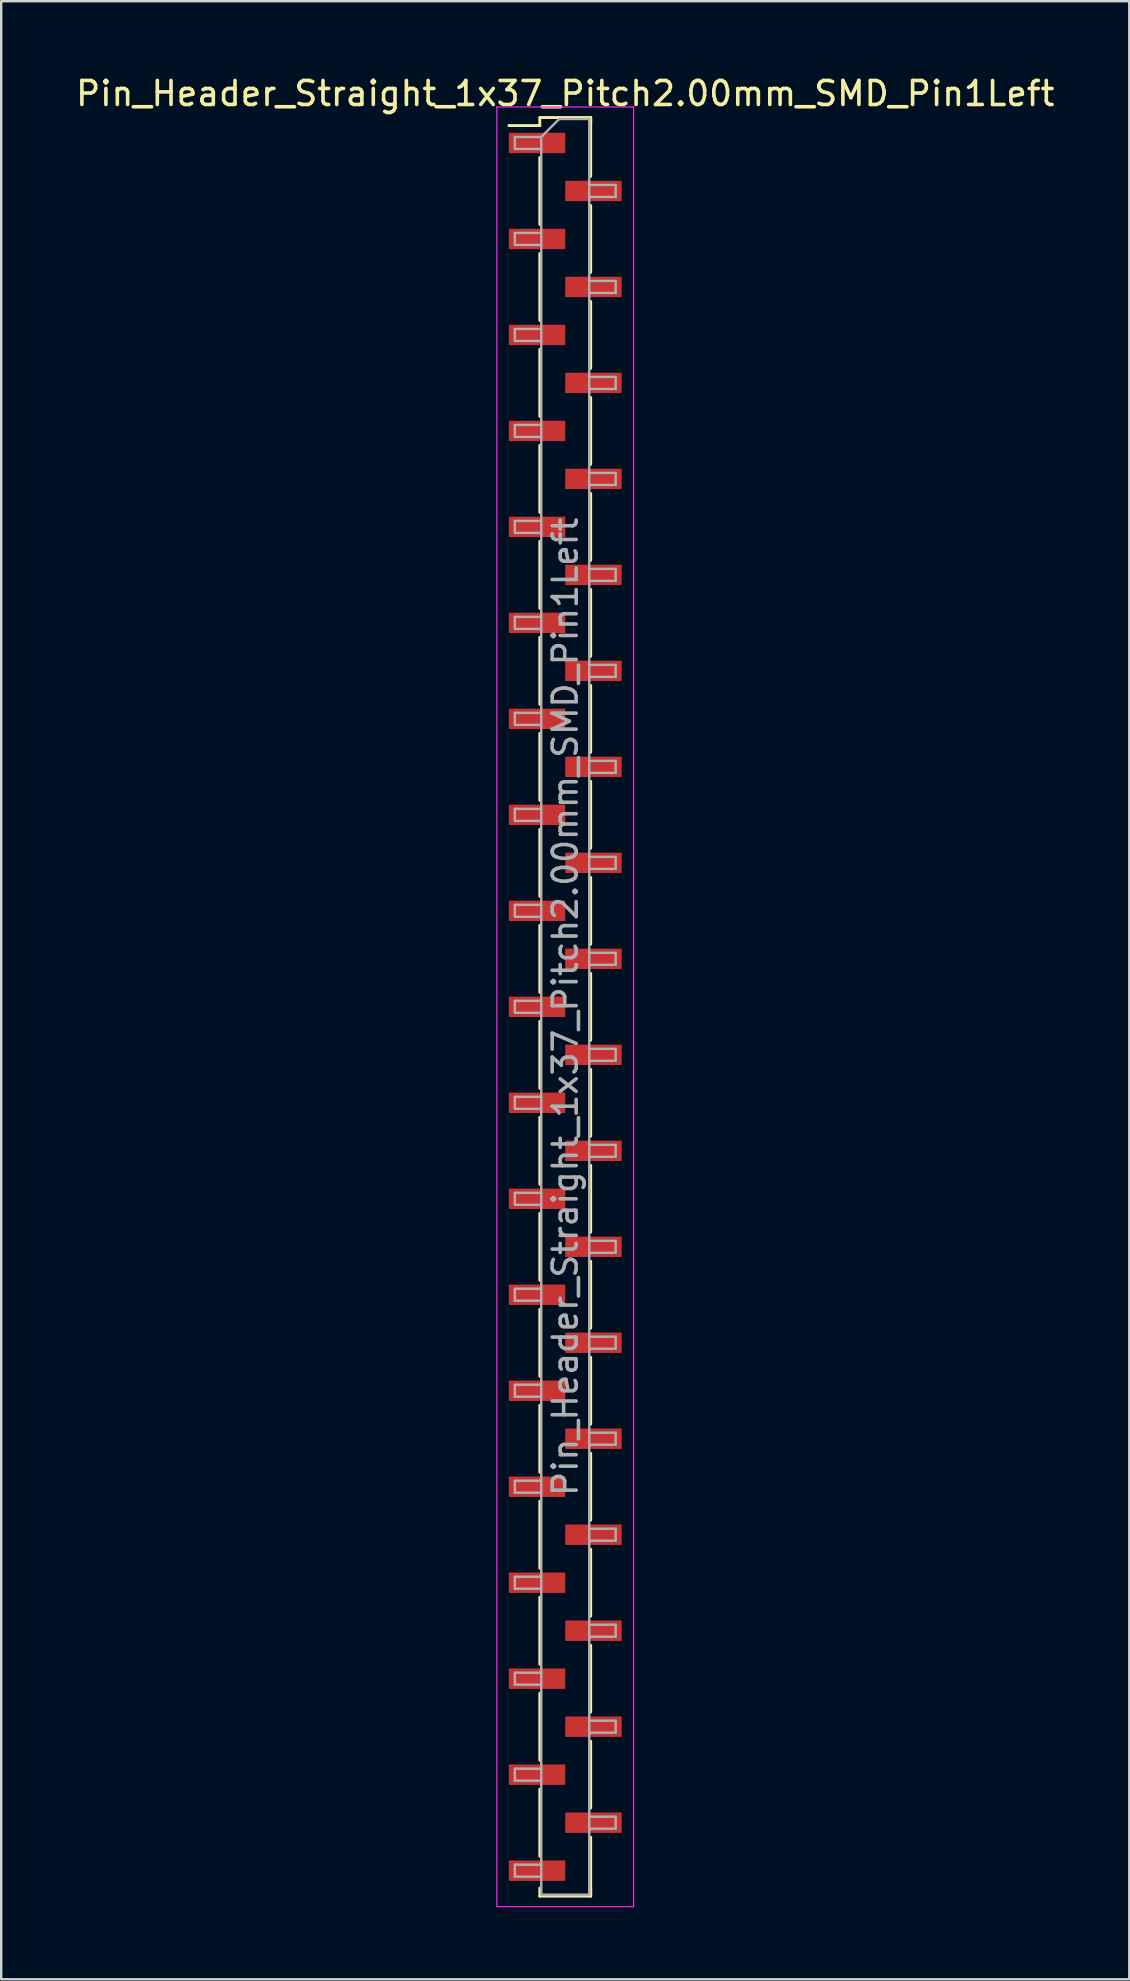
<source format=kicad_pcb>
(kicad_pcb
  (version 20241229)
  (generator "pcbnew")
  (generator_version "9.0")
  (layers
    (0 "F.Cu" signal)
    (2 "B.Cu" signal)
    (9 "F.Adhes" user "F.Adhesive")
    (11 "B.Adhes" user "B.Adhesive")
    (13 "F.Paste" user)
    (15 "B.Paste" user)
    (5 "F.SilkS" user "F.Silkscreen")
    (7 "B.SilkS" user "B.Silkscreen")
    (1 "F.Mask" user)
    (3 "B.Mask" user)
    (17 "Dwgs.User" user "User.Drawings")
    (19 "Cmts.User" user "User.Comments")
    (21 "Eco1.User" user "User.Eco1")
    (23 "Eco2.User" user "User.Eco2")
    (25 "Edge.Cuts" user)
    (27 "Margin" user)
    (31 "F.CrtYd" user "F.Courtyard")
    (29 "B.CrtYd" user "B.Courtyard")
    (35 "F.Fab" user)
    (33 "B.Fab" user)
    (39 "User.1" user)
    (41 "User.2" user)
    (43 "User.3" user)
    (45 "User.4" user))
  (footprint "Pin_Header_Straight_1x37_Pitch2.00mm_SMD_Pin1Left"
    (layer "F.Cu")
    (at 20.506 38.908)
    (property "Reference" "Pin_Header_Straight_1x37_Pitch2.00mm_SMD_Pin1Left" (at 0 -38.06 0) (layer "F.SilkS") (effects (font (size 1 1) (thickness 0.15))))
    (attr smd)
    (fp_line (start -1.06 -37.06) (end 1.06 -37.06) (stroke (width 0.12) (type solid)) (layer "F.SilkS"))
    (fp_line (start -1.06 -36.725) (end -2.35 -36.725) (stroke (width 0.12) (type solid)) (layer "F.SilkS"))
    (fp_line (start -1.06 -36.725) (end -1.06 -37.06) (stroke (width 0.12) (type solid)) (layer "F.SilkS"))
    (fp_line (start -1.06 -35.395) (end -1.06 -32.605) (stroke (width 0.12) (type solid)) (layer "F.SilkS"))
    (fp_line (start -1.06 -31.395) (end -1.06 -28.605) (stroke (width 0.12) (type solid)) (layer "F.SilkS"))
    (fp_line (start -1.06 -27.395) (end -1.06 -24.605) (stroke (width 0.12) (type solid)) (layer "F.SilkS"))
    (fp_line (start -1.06 -23.395) (end -1.06 -20.605) (stroke (width 0.12) (type solid)) (layer "F.SilkS"))
    (fp_line (start -1.06 -19.395) (end -1.06 -16.605) (stroke (width 0.12) (type solid)) (layer "F.SilkS"))
    (fp_line (start -1.06 -15.395) (end -1.06 -12.605) (stroke (width 0.12) (type solid)) (layer "F.SilkS"))
    (fp_line (start -1.06 -11.395) (end -1.06 -8.605) (stroke (width 0.12) (type solid)) (layer "F.SilkS"))
    (fp_line (start -1.06 -7.395) (end -1.06 -4.605) (stroke (width 0.12) (type solid)) (layer "F.SilkS"))
    (fp_line (start -1.06 -3.395) (end -1.06 -0.605) (stroke (width 0.12) (type solid)) (layer "F.SilkS"))
    (fp_line (start -1.06 0.605) (end -1.06 3.395) (stroke (width 0.12) (type solid)) (layer "F.SilkS"))
    (fp_line (start -1.06 4.605) (end -1.06 7.395) (stroke (width 0.12) (type solid)) (layer "F.SilkS"))
    (fp_line (start -1.06 8.605) (end -1.06 11.395) (stroke (width 0.12) (type solid)) (layer "F.SilkS"))
    (fp_line (start -1.06 12.605) (end -1.06 15.395) (stroke (width 0.12) (type solid)) (layer "F.SilkS"))
    (fp_line (start -1.06 16.605) (end -1.06 19.395) (stroke (width 0.12) (type solid)) (layer "F.SilkS"))
    (fp_line (start -1.06 20.605) (end -1.06 23.395) (stroke (width 0.12) (type solid)) (layer "F.SilkS"))
    (fp_line (start -1.06 24.605) (end -1.06 27.395) (stroke (width 0.12) (type solid)) (layer "F.SilkS"))
    (fp_line (start -1.06 28.605) (end -1.06 31.395) (stroke (width 0.12) (type solid)) (layer "F.SilkS"))
    (fp_line (start -1.06 32.605) (end -1.06 35.395) (stroke (width 0.12) (type solid)) (layer "F.SilkS"))
    (fp_line (start -1.06 36.725) (end -1.06 37.06) (stroke (width 0.12) (type solid)) (layer "F.SilkS"))
    (fp_line (start -1.06 37.06) (end 1.06 37.06) (stroke (width 0.12) (type solid)) (layer "F.SilkS"))
    (fp_line (start 1.06 -37.06) (end 1.06 -36.725) (stroke (width 0.12) (type solid)) (layer "F.SilkS"))
    (fp_line (start 1.06 -37.06) (end 1.06 -34.605) (stroke (width 0.12) (type solid)) (layer "F.SilkS"))
    (fp_line (start 1.06 -33.395) (end 1.06 -30.605) (stroke (width 0.12) (type solid)) (layer "F.SilkS"))
    (fp_line (start 1.06 -29.395) (end 1.06 -26.605) (stroke (width 0.12) (type solid)) (layer "F.SilkS"))
    (fp_line (start 1.06 -25.395) (end 1.06 -22.605) (stroke (width 0.12) (type solid)) (layer "F.SilkS"))
    (fp_line (start 1.06 -21.395) (end 1.06 -18.605) (stroke (width 0.12) (type solid)) (layer "F.SilkS"))
    (fp_line (start 1.06 -17.395) (end 1.06 -14.605) (stroke (width 0.12) (type solid)) (layer "F.SilkS"))
    (fp_line (start 1.06 -13.395) (end 1.06 -10.605) (stroke (width 0.12) (type solid)) (layer "F.SilkS"))
    (fp_line (start 1.06 -9.395) (end 1.06 -6.605) (stroke (width 0.12) (type solid)) (layer "F.SilkS"))
    (fp_line (start 1.06 -5.395) (end 1.06 -2.605) (stroke (width 0.12) (type solid)) (layer "F.SilkS"))
    (fp_line (start 1.06 -1.395) (end 1.06 1.395) (stroke (width 0.12) (type solid)) (layer "F.SilkS"))
    (fp_line (start 1.06 2.605) (end 1.06 5.395) (stroke (width 0.12) (type solid)) (layer "F.SilkS"))
    (fp_line (start 1.06 6.605) (end 1.06 9.395) (stroke (width 0.12) (type solid)) (layer "F.SilkS"))
    (fp_line (start 1.06 10.605) (end 1.06 13.395) (stroke (width 0.12) (type solid)) (layer "F.SilkS"))
    (fp_line (start 1.06 14.605) (end 1.06 17.395) (stroke (width 0.12) (type solid)) (layer "F.SilkS"))
    (fp_line (start 1.06 18.605) (end 1.06 21.395) (stroke (width 0.12) (type solid)) (layer "F.SilkS"))
    (fp_line (start 1.06 22.605) (end 1.06 25.395) (stroke (width 0.12) (type solid)) (layer "F.SilkS"))
    (fp_line (start 1.06 26.605) (end 1.06 29.395) (stroke (width 0.12) (type solid)) (layer "F.SilkS"))
    (fp_line (start 1.06 30.605) (end 1.06 33.395) (stroke (width 0.12) (type solid)) (layer "F.SilkS"))
    (fp_line (start 1.06 34.605) (end 1.06 37.06) (stroke (width 0.12) (type solid)) (layer "F.SilkS"))
    (fp_line (start 1.06 37.06) (end 1.06 36.725) (stroke (width 0.12) (type solid)) (layer "F.SilkS"))
    (fp_line (start -2.85 -37.5) (end -2.85 37.5) (stroke (width 0.05) (type solid)) (layer "F.CrtYd"))
    (fp_line (start -2.85 37.5) (end 2.85 37.5) (stroke (width 0.05) (type solid)) (layer "F.CrtYd"))
    (fp_line (start 2.85 -37.5) (end -2.85 -37.5) (stroke (width 0.05) (type solid)) (layer "F.CrtYd"))
    (fp_line (start 2.85 37.5) (end 2.85 -37.5) (stroke (width 0.05) (type solid)) (layer "F.CrtYd"))
    (fp_line (start -2.1 -36.25) (end -2.1 -35.75) (stroke (width 0.1) (type solid)) (layer "F.Fab"))
    (fp_line (start -2.1 -35.75) (end -1 -35.75) (stroke (width 0.1) (type solid)) (layer "F.Fab"))
    (fp_line (start -2.1 -32.25) (end -2.1 -31.75) (stroke (width 0.1) (type solid)) (layer "F.Fab"))
    (fp_line (start -2.1 -31.75) (end -1 -31.75) (stroke (width 0.1) (type solid)) (layer "F.Fab"))
    (fp_line (start -2.1 -28.25) (end -2.1 -27.75) (stroke (width 0.1) (type solid)) (layer "F.Fab"))
    (fp_line (start -2.1 -27.75) (end -1 -27.75) (stroke (width 0.1) (type solid)) (layer "F.Fab"))
    (fp_line (start -2.1 -24.25) (end -2.1 -23.75) (stroke (width 0.1) (type solid)) (layer "F.Fab"))
    (fp_line (start -2.1 -23.75) (end -1 -23.75) (stroke (width 0.1) (type solid)) (layer "F.Fab"))
    (fp_line (start -2.1 -20.25) (end -2.1 -19.75) (stroke (width 0.1) (type solid)) (layer "F.Fab"))
    (fp_line (start -2.1 -19.75) (end -1 -19.75) (stroke (width 0.1) (type solid)) (layer "F.Fab"))
    (fp_line (start -2.1 -16.25) (end -2.1 -15.75) (stroke (width 0.1) (type solid)) (layer "F.Fab"))
    (fp_line (start -2.1 -15.75) (end -1 -15.75) (stroke (width 0.1) (type solid)) (layer "F.Fab"))
    (fp_line (start -2.1 -12.25) (end -2.1 -11.75) (stroke (width 0.1) (type solid)) (layer "F.Fab"))
    (fp_line (start -2.1 -11.75) (end -1 -11.75) (stroke (width 0.1) (type solid)) (layer "F.Fab"))
    (fp_line (start -2.1 -8.25) (end -2.1 -7.75) (stroke (width 0.1) (type solid)) (layer "F.Fab"))
    (fp_line (start -2.1 -7.75) (end -1 -7.75) (stroke (width 0.1) (type solid)) (layer "F.Fab"))
    (fp_line (start -2.1 -4.25) (end -2.1 -3.75) (stroke (width 0.1) (type solid)) (layer "F.Fab"))
    (fp_line (start -2.1 -3.75) (end -1 -3.75) (stroke (width 0.1) (type solid)) (layer "F.Fab"))
    (fp_line (start -2.1 -0.25) (end -2.1 0.25) (stroke (width 0.1) (type solid)) (layer "F.Fab"))
    (fp_line (start -2.1 0.25) (end -1 0.25) (stroke (width 0.1) (type solid)) (layer "F.Fab"))
    (fp_line (start -2.1 3.75) (end -2.1 4.25) (stroke (width 0.1) (type solid)) (layer "F.Fab"))
    (fp_line (start -2.1 4.25) (end -1 4.25) (stroke (width 0.1) (type solid)) (layer "F.Fab"))
    (fp_line (start -2.1 7.75) (end -2.1 8.25) (stroke (width 0.1) (type solid)) (layer "F.Fab"))
    (fp_line (start -2.1 8.25) (end -1 8.25) (stroke (width 0.1) (type solid)) (layer "F.Fab"))
    (fp_line (start -2.1 11.75) (end -2.1 12.25) (stroke (width 0.1) (type solid)) (layer "F.Fab"))
    (fp_line (start -2.1 12.25) (end -1 12.25) (stroke (width 0.1) (type solid)) (layer "F.Fab"))
    (fp_line (start -2.1 15.75) (end -2.1 16.25) (stroke (width 0.1) (type solid)) (layer "F.Fab"))
    (fp_line (start -2.1 16.25) (end -1 16.25) (stroke (width 0.1) (type solid)) (layer "F.Fab"))
    (fp_line (start -2.1 19.75) (end -2.1 20.25) (stroke (width 0.1) (type solid)) (layer "F.Fab"))
    (fp_line (start -2.1 20.25) (end -1 20.25) (stroke (width 0.1) (type solid)) (layer "F.Fab"))
    (fp_line (start -2.1 23.75) (end -2.1 24.25) (stroke (width 0.1) (type solid)) (layer "F.Fab"))
    (fp_line (start -2.1 24.25) (end -1 24.25) (stroke (width 0.1) (type solid)) (layer "F.Fab"))
    (fp_line (start -2.1 27.75) (end -2.1 28.25) (stroke (width 0.1) (type solid)) (layer "F.Fab"))
    (fp_line (start -2.1 28.25) (end -1 28.25) (stroke (width 0.1) (type solid)) (layer "F.Fab"))
    (fp_line (start -2.1 31.75) (end -2.1 32.25) (stroke (width 0.1) (type solid)) (layer "F.Fab"))
    (fp_line (start -2.1 32.25) (end -1 32.25) (stroke (width 0.1) (type solid)) (layer "F.Fab"))
    (fp_line (start -2.1 35.75) (end -2.1 36.25) (stroke (width 0.1) (type solid)) (layer "F.Fab"))
    (fp_line (start -2.1 36.25) (end -1 36.25) (stroke (width 0.1) (type solid)) (layer "F.Fab"))
    (fp_line (start -1 -36.25) (end -2.1 -36.25) (stroke (width 0.1) (type solid)) (layer "F.Fab"))
    (fp_line (start -1 -36.25) (end -0.25 -37) (stroke (width 0.1) (type solid)) (layer "F.Fab"))
    (fp_line (start -1 -32.25) (end -2.1 -32.25) (stroke (width 0.1) (type solid)) (layer "F.Fab"))
    (fp_line (start -1 -28.25) (end -2.1 -28.25) (stroke (width 0.1) (type solid)) (layer "F.Fab"))
    (fp_line (start -1 -24.25) (end -2.1 -24.25) (stroke (width 0.1) (type solid)) (layer "F.Fab"))
    (fp_line (start -1 -20.25) (end -2.1 -20.25) (stroke (width 0.1) (type solid)) (layer "F.Fab"))
    (fp_line (start -1 -16.25) (end -2.1 -16.25) (stroke (width 0.1) (type solid)) (layer "F.Fab"))
    (fp_line (start -1 -12.25) (end -2.1 -12.25) (stroke (width 0.1) (type solid)) (layer "F.Fab"))
    (fp_line (start -1 -8.25) (end -2.1 -8.25) (stroke (width 0.1) (type solid)) (layer "F.Fab"))
    (fp_line (start -1 -4.25) (end -2.1 -4.25) (stroke (width 0.1) (type solid)) (layer "F.Fab"))
    (fp_line (start -1 -0.25) (end -2.1 -0.25) (stroke (width 0.1) (type solid)) (layer "F.Fab"))
    (fp_line (start -1 3.75) (end -2.1 3.75) (stroke (width 0.1) (type solid)) (layer "F.Fab"))
    (fp_line (start -1 7.75) (end -2.1 7.75) (stroke (width 0.1) (type solid)) (layer "F.Fab"))
    (fp_line (start -1 11.75) (end -2.1 11.75) (stroke (width 0.1) (type solid)) (layer "F.Fab"))
    (fp_line (start -1 15.75) (end -2.1 15.75) (stroke (width 0.1) (type solid)) (layer "F.Fab"))
    (fp_line (start -1 19.75) (end -2.1 19.75) (stroke (width 0.1) (type solid)) (layer "F.Fab"))
    (fp_line (start -1 23.75) (end -2.1 23.75) (stroke (width 0.1) (type solid)) (layer "F.Fab"))
    (fp_line (start -1 27.75) (end -2.1 27.75) (stroke (width 0.1) (type solid)) (layer "F.Fab"))
    (fp_line (start -1 31.75) (end -2.1 31.75) (stroke (width 0.1) (type solid)) (layer "F.Fab"))
    (fp_line (start -1 35.75) (end -2.1 35.75) (stroke (width 0.1) (type solid)) (layer "F.Fab"))
    (fp_line (start -1 37) (end -1 -36.25) (stroke (width 0.1) (type solid)) (layer "F.Fab"))
    (fp_line (start -0.25 -37) (end 1 -37) (stroke (width 0.1) (type solid)) (layer "F.Fab"))
    (fp_line (start 1 -37) (end 1 37) (stroke (width 0.1) (type solid)) (layer "F.Fab"))
    (fp_line (start 1 -34.25) (end 2.1 -34.25) (stroke (width 0.1) (type solid)) (layer "F.Fab"))
    (fp_line (start 1 -30.25) (end 2.1 -30.25) (stroke (width 0.1) (type solid)) (layer "F.Fab"))
    (fp_line (start 1 -26.25) (end 2.1 -26.25) (stroke (width 0.1) (type solid)) (layer "F.Fab"))
    (fp_line (start 1 -22.25) (end 2.1 -22.25) (stroke (width 0.1) (type solid)) (layer "F.Fab"))
    (fp_line (start 1 -18.25) (end 2.1 -18.25) (stroke (width 0.1) (type solid)) (layer "F.Fab"))
    (fp_line (start 1 -14.25) (end 2.1 -14.25) (stroke (width 0.1) (type solid)) (layer "F.Fab"))
    (fp_line (start 1 -10.25) (end 2.1 -10.25) (stroke (width 0.1) (type solid)) (layer "F.Fab"))
    (fp_line (start 1 -6.25) (end 2.1 -6.25) (stroke (width 0.1) (type solid)) (layer "F.Fab"))
    (fp_line (start 1 -2.25) (end 2.1 -2.25) (stroke (width 0.1) (type solid)) (layer "F.Fab"))
    (fp_line (start 1 1.75) (end 2.1 1.75) (stroke (width 0.1) (type solid)) (layer "F.Fab"))
    (fp_line (start 1 5.75) (end 2.1 5.75) (stroke (width 0.1) (type solid)) (layer "F.Fab"))
    (fp_line (start 1 9.75) (end 2.1 9.75) (stroke (width 0.1) (type solid)) (layer "F.Fab"))
    (fp_line (start 1 13.75) (end 2.1 13.75) (stroke (width 0.1) (type solid)) (layer "F.Fab"))
    (fp_line (start 1 17.75) (end 2.1 17.75) (stroke (width 0.1) (type solid)) (layer "F.Fab"))
    (fp_line (start 1 21.75) (end 2.1 21.75) (stroke (width 0.1) (type solid)) (layer "F.Fab"))
    (fp_line (start 1 25.75) (end 2.1 25.75) (stroke (width 0.1) (type solid)) (layer "F.Fab"))
    (fp_line (start 1 29.75) (end 2.1 29.75) (stroke (width 0.1) (type solid)) (layer "F.Fab"))
    (fp_line (start 1 33.75) (end 2.1 33.75) (stroke (width 0.1) (type solid)) (layer "F.Fab"))
    (fp_line (start 1 37) (end -1 37) (stroke (width 0.1) (type solid)) (layer "F.Fab"))
    (fp_line (start 2.1 -34.25) (end 2.1 -33.75) (stroke (width 0.1) (type solid)) (layer "F.Fab"))
    (fp_line (start 2.1 -33.75) (end 1 -33.75) (stroke (width 0.1) (type solid)) (layer "F.Fab"))
    (fp_line (start 2.1 -30.25) (end 2.1 -29.75) (stroke (width 0.1) (type solid)) (layer "F.Fab"))
    (fp_line (start 2.1 -29.75) (end 1 -29.75) (stroke (width 0.1) (type solid)) (layer "F.Fab"))
    (fp_line (start 2.1 -26.25) (end 2.1 -25.75) (stroke (width 0.1) (type solid)) (layer "F.Fab"))
    (fp_line (start 2.1 -25.75) (end 1 -25.75) (stroke (width 0.1) (type solid)) (layer "F.Fab"))
    (fp_line (start 2.1 -22.25) (end 2.1 -21.75) (stroke (width 0.1) (type solid)) (layer "F.Fab"))
    (fp_line (start 2.1 -21.75) (end 1 -21.75) (stroke (width 0.1) (type solid)) (layer "F.Fab"))
    (fp_line (start 2.1 -18.25) (end 2.1 -17.75) (stroke (width 0.1) (type solid)) (layer "F.Fab"))
    (fp_line (start 2.1 -17.75) (end 1 -17.75) (stroke (width 0.1) (type solid)) (layer "F.Fab"))
    (fp_line (start 2.1 -14.25) (end 2.1 -13.75) (stroke (width 0.1) (type solid)) (layer "F.Fab"))
    (fp_line (start 2.1 -13.75) (end 1 -13.75) (stroke (width 0.1) (type solid)) (layer "F.Fab"))
    (fp_line (start 2.1 -10.25) (end 2.1 -9.75) (stroke (width 0.1) (type solid)) (layer "F.Fab"))
    (fp_line (start 2.1 -9.75) (end 1 -9.75) (stroke (width 0.1) (type solid)) (layer "F.Fab"))
    (fp_line (start 2.1 -6.25) (end 2.1 -5.75) (stroke (width 0.1) (type solid)) (layer "F.Fab"))
    (fp_line (start 2.1 -5.75) (end 1 -5.75) (stroke (width 0.1) (type solid)) (layer "F.Fab"))
    (fp_line (start 2.1 -2.25) (end 2.1 -1.75) (stroke (width 0.1) (type solid)) (layer "F.Fab"))
    (fp_line (start 2.1 -1.75) (end 1 -1.75) (stroke (width 0.1) (type solid)) (layer "F.Fab"))
    (fp_line (start 2.1 1.75) (end 2.1 2.25) (stroke (width 0.1) (type solid)) (layer "F.Fab"))
    (fp_line (start 2.1 2.25) (end 1 2.25) (stroke (width 0.1) (type solid)) (layer "F.Fab"))
    (fp_line (start 2.1 5.75) (end 2.1 6.25) (stroke (width 0.1) (type solid)) (layer "F.Fab"))
    (fp_line (start 2.1 6.25) (end 1 6.25) (stroke (width 0.1) (type solid)) (layer "F.Fab"))
    (fp_line (start 2.1 9.75) (end 2.1 10.25) (stroke (width 0.1) (type solid)) (layer "F.Fab"))
    (fp_line (start 2.1 10.25) (end 1 10.25) (stroke (width 0.1) (type solid)) (layer "F.Fab"))
    (fp_line (start 2.1 13.75) (end 2.1 14.25) (stroke (width 0.1) (type solid)) (layer "F.Fab"))
    (fp_line (start 2.1 14.25) (end 1 14.25) (stroke (width 0.1) (type solid)) (layer "F.Fab"))
    (fp_line (start 2.1 17.75) (end 2.1 18.25) (stroke (width 0.1) (type solid)) (layer "F.Fab"))
    (fp_line (start 2.1 18.25) (end 1 18.25) (stroke (width 0.1) (type solid)) (layer "F.Fab"))
    (fp_line (start 2.1 21.75) (end 2.1 22.25) (stroke (width 0.1) (type solid)) (layer "F.Fab"))
    (fp_line (start 2.1 22.25) (end 1 22.25) (stroke (width 0.1) (type solid)) (layer "F.Fab"))
    (fp_line (start 2.1 25.75) (end 2.1 26.25) (stroke (width 0.1) (type solid)) (layer "F.Fab"))
    (fp_line (start 2.1 26.25) (end 1 26.25) (stroke (width 0.1) (type solid)) (layer "F.Fab"))
    (fp_line (start 2.1 29.75) (end 2.1 30.25) (stroke (width 0.1) (type solid)) (layer "F.Fab"))
    (fp_line (start 2.1 30.25) (end 1 30.25) (stroke (width 0.1) (type solid)) (layer "F.Fab"))
    (fp_line (start 2.1 33.75) (end 2.1 34.25) (stroke (width 0.1) (type solid)) (layer "F.Fab"))
    (fp_line (start 2.1 34.25) (end 1 34.25) (stroke (width 0.1) (type solid)) (layer "F.Fab"))
    (fp_text user "${REFERENCE}" (at 0 0 90) (layer "F.Fab") (effects (font (size 1 1) (thickness 0.15))))
    (pad "1" smd rect (at -1.175 -36) (size 2.35 0.85) (layers "F.Cu" "F.Mask" "F.Paste"))
    (pad "2" smd rect (at 1.175 -34) (size 2.35 0.85) (layers "F.Cu" "F.Mask" "F.Paste"))
    (pad "3" smd rect (at -1.175 -32) (size 2.35 0.85) (layers "F.Cu" "F.Mask" "F.Paste"))
    (pad "4" smd rect (at 1.175 -30) (size 2.35 0.85) (layers "F.Cu" "F.Mask" "F.Paste"))
    (pad "5" smd rect (at -1.175 -28) (size 2.35 0.85) (layers "F.Cu" "F.Mask" "F.Paste"))
    (pad "6" smd rect (at 1.175 -26) (size 2.35 0.85) (layers "F.Cu" "F.Mask" "F.Paste"))
    (pad "7" smd rect (at -1.175 -24) (size 2.35 0.85) (layers "F.Cu" "F.Mask" "F.Paste"))
    (pad "8" smd rect (at 1.175 -22) (size 2.35 0.85) (layers "F.Cu" "F.Mask" "F.Paste"))
    (pad "9" smd rect (at -1.175 -20) (size 2.35 0.85) (layers "F.Cu" "F.Mask" "F.Paste"))
    (pad "10" smd rect (at 1.175 -18) (size 2.35 0.85) (layers "F.Cu" "F.Mask" "F.Paste"))
    (pad "11" smd rect (at -1.175 -16) (size 2.35 0.85) (layers "F.Cu" "F.Mask" "F.Paste"))
    (pad "12" smd rect (at 1.175 -14) (size 2.35 0.85) (layers "F.Cu" "F.Mask" "F.Paste"))
    (pad "13" smd rect (at -1.175 -12) (size 2.35 0.85) (layers "F.Cu" "F.Mask" "F.Paste"))
    (pad "14" smd rect (at 1.175 -10) (size 2.35 0.85) (layers "F.Cu" "F.Mask" "F.Paste"))
    (pad "15" smd rect (at -1.175 -8) (size 2.35 0.85) (layers "F.Cu" "F.Mask" "F.Paste"))
    (pad "16" smd rect (at 1.175 -6) (size 2.35 0.85) (layers "F.Cu" "F.Mask" "F.Paste"))
    (pad "17" smd rect (at -1.175 -4) (size 2.35 0.85) (layers "F.Cu" "F.Mask" "F.Paste"))
    (pad "18" smd rect (at 1.175 -2) (size 2.35 0.85) (layers "F.Cu" "F.Mask" "F.Paste"))
    (pad "19" smd rect (at -1.175 0) (size 2.35 0.85) (layers "F.Cu" "F.Mask" "F.Paste"))
    (pad "20" smd rect (at 1.175 2) (size 2.35 0.85) (layers "F.Cu" "F.Mask" "F.Paste"))
    (pad "21" smd rect (at -1.175 4) (size 2.35 0.85) (layers "F.Cu" "F.Mask" "F.Paste"))
    (pad "22" smd rect (at 1.175 6) (size 2.35 0.85) (layers "F.Cu" "F.Mask" "F.Paste"))
    (pad "23" smd rect (at -1.175 8) (size 2.35 0.85) (layers "F.Cu" "F.Mask" "F.Paste"))
    (pad "24" smd rect (at 1.175 10) (size 2.35 0.85) (layers "F.Cu" "F.Mask" "F.Paste"))
    (pad "25" smd rect (at -1.175 12) (size 2.35 0.85) (layers "F.Cu" "F.Mask" "F.Paste"))
    (pad "26" smd rect (at 1.175 14) (size 2.35 0.85) (layers "F.Cu" "F.Mask" "F.Paste"))
    (pad "27" smd rect (at -1.175 16) (size 2.35 0.85) (layers "F.Cu" "F.Mask" "F.Paste"))
    (pad "28" smd rect (at 1.175 18) (size 2.35 0.85) (layers "F.Cu" "F.Mask" "F.Paste"))
    (pad "29" smd rect (at -1.175 20) (size 2.35 0.85) (layers "F.Cu" "F.Mask" "F.Paste"))
    (pad "30" smd rect (at 1.175 22) (size 2.35 0.85) (layers "F.Cu" "F.Mask" "F.Paste"))
    (pad "31" smd rect (at -1.175 24) (size 2.35 0.85) (layers "F.Cu" "F.Mask" "F.Paste"))
    (pad "32" smd rect (at 1.175 26) (size 2.35 0.85) (layers "F.Cu" "F.Mask" "F.Paste"))
    (pad "33" smd rect (at -1.175 28) (size 2.35 0.85) (layers "F.Cu" "F.Mask" "F.Paste"))
    (pad "34" smd rect (at 1.175 30) (size 2.35 0.85) (layers "F.Cu" "F.Mask" "F.Paste"))
    (pad "35" smd rect (at -1.175 32) (size 2.35 0.85) (layers "F.Cu" "F.Mask" "F.Paste"))
    (pad "36" smd rect (at 1.175 34) (size 2.35 0.85) (layers "F.Cu" "F.Mask" "F.Paste"))
    (pad "37" smd rect (at -1.175 36) (size 2.35 0.85) (layers "F.Cu" "F.Mask" "F.Paste")))
  (gr_rect
    (start -3 -3)
    (end 44.012 79.433)
    (stroke (width 0.1) (type default))
    (fill no)
    (layer "Edge.Cuts")))
</source>
